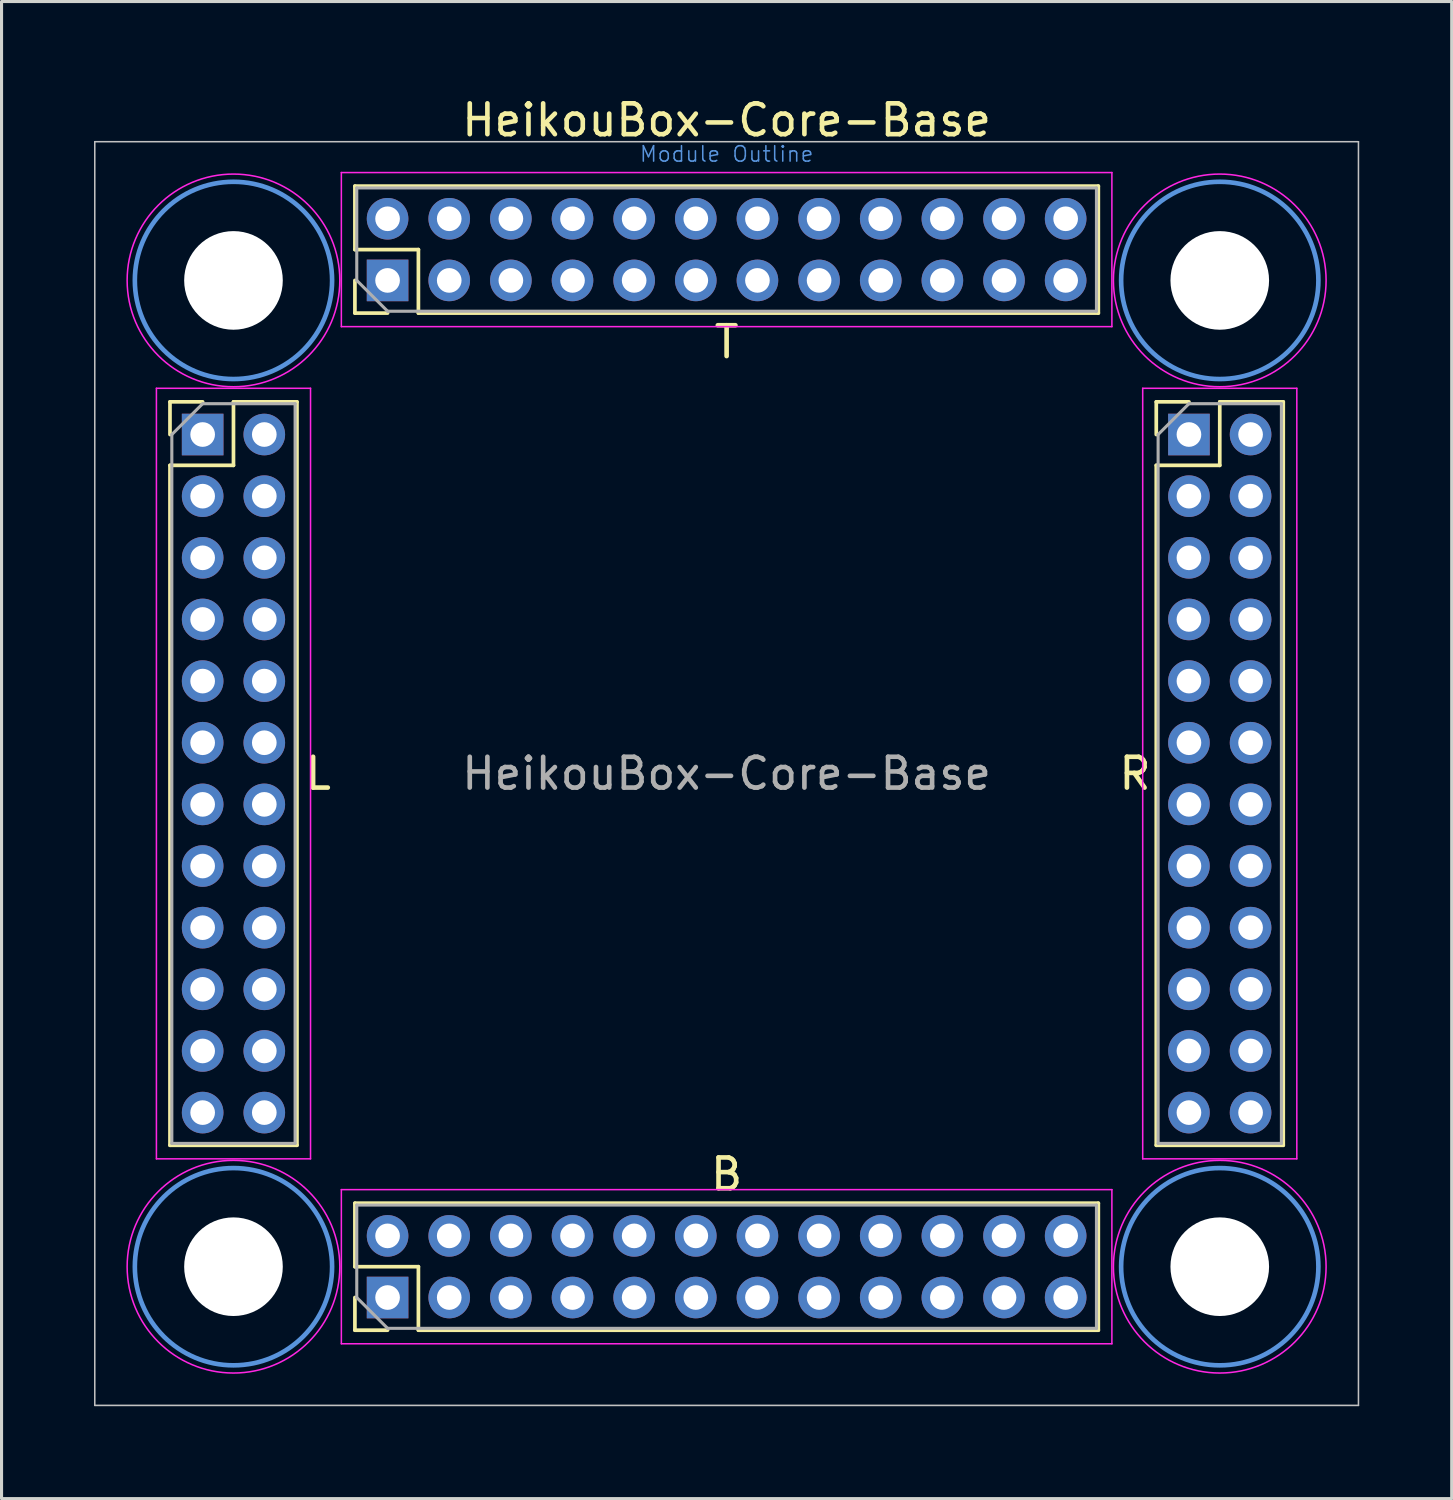
<source format=kicad_pcb>
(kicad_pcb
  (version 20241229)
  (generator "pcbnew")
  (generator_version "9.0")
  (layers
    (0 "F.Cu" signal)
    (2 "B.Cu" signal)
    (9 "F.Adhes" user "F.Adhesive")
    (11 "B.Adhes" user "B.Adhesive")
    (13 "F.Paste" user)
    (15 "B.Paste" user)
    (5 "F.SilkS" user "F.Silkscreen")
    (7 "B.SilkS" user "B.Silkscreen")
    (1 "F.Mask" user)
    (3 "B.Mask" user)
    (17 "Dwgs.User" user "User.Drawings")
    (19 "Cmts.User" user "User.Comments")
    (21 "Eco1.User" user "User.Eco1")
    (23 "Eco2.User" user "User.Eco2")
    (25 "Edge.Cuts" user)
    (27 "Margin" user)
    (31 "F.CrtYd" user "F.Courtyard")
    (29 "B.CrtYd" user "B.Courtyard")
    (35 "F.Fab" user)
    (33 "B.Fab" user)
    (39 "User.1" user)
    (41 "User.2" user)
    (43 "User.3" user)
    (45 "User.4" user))
  (footprint "HeikouBox-Core-Base"
    (layer "F.Cu")
    (at 20.525 22.048)
    (property "Reference" "HeikouBox-Core-Base" (at 0 -21.2 0) (layer "F.SilkS") (effects (font (size 1 1) (thickness 0.15))))
    (attr through_hole)
    (fp_line (start -18.06 -12.06) (end -17 -12.06) (stroke (width 0.12) (type solid)) (layer "F.SilkS"))
    (fp_line (start -18.06 -11) (end -18.06 -12.06) (stroke (width 0.12) (type solid)) (layer "F.SilkS"))
    (fp_line (start -18.06 -10) (end -18.06 12.06) (stroke (width 0.12) (type solid)) (layer "F.SilkS"))
    (fp_line (start -18.06 -10) (end -16 -10) (stroke (width 0.12) (type solid)) (layer "F.SilkS"))
    (fp_line (start -18.06 12.06) (end -13.94 12.06) (stroke (width 0.12) (type solid)) (layer "F.SilkS"))
    (fp_line (start -16 -12.06) (end -13.94 -12.06) (stroke (width 0.12) (type solid)) (layer "F.SilkS"))
    (fp_line (start -16 -10) (end -16 -12.06) (stroke (width 0.12) (type solid)) (layer "F.SilkS"))
    (fp_line (start -13.94 -12.06) (end -13.94 12.06) (stroke (width 0.12) (type solid)) (layer "F.SilkS"))
    (fp_line (start -12.06 -19.06) (end 12.06 -19.06) (stroke (width 0.12) (type solid)) (layer "F.SilkS"))
    (fp_line (start -12.06 -17) (end -12.06 -19.06) (stroke (width 0.12) (type solid)) (layer "F.SilkS"))
    (fp_line (start -12.06 -14.94) (end -12.06 -16) (stroke (width 0.12) (type solid)) (layer "F.SilkS"))
    (fp_line (start -12.06 13.94) (end 12.06 13.94) (stroke (width 0.12) (type solid)) (layer "F.SilkS"))
    (fp_line (start -12.06 16) (end -12.06 13.94) (stroke (width 0.12) (type solid)) (layer "F.SilkS"))
    (fp_line (start -12.06 18.06) (end -12.06 17) (stroke (width 0.12) (type solid)) (layer "F.SilkS"))
    (fp_line (start -11 -14.94) (end -12.06 -14.94) (stroke (width 0.12) (type solid)) (layer "F.SilkS"))
    (fp_line (start -11 18.06) (end -12.06 18.06) (stroke (width 0.12) (type solid)) (layer "F.SilkS"))
    (fp_line (start -10 -17) (end -12.06 -17) (stroke (width 0.12) (type solid)) (layer "F.SilkS"))
    (fp_line (start -10 -14.94) (end -10 -17) (stroke (width 0.12) (type solid)) (layer "F.SilkS"))
    (fp_line (start -10 -14.94) (end 12.06 -14.94) (stroke (width 0.12) (type solid)) (layer "F.SilkS"))
    (fp_line (start -10 16) (end -12.06 16) (stroke (width 0.12) (type solid)) (layer "F.SilkS"))
    (fp_line (start -10 18.06) (end -10 16) (stroke (width 0.12) (type solid)) (layer "F.SilkS"))
    (fp_line (start -10 18.06) (end 12.06 18.06) (stroke (width 0.12) (type solid)) (layer "F.SilkS"))
    (fp_line (start 12.06 -14.94) (end 12.06 -19.06) (stroke (width 0.12) (type solid)) (layer "F.SilkS"))
    (fp_line (start 12.06 18.06) (end 12.06 13.94) (stroke (width 0.12) (type solid)) (layer "F.SilkS"))
    (fp_line (start 13.94 -12.06) (end 15 -12.06) (stroke (width 0.12) (type solid)) (layer "F.SilkS"))
    (fp_line (start 13.94 -11) (end 13.94 -12.06) (stroke (width 0.12) (type solid)) (layer "F.SilkS"))
    (fp_line (start 13.94 -10) (end 13.94 12.06) (stroke (width 0.12) (type solid)) (layer "F.SilkS"))
    (fp_line (start 13.94 -10) (end 16 -10) (stroke (width 0.12) (type solid)) (layer "F.SilkS"))
    (fp_line (start 13.94 12.06) (end 18.06 12.06) (stroke (width 0.12) (type solid)) (layer "F.SilkS"))
    (fp_line (start 16 -12.06) (end 18.06 -12.06) (stroke (width 0.12) (type solid)) (layer "F.SilkS"))
    (fp_line (start 16 -10) (end 16 -12.06) (stroke (width 0.12) (type solid)) (layer "F.SilkS"))
    (fp_line (start 18.06 -12.06) (end 18.06 12.06) (stroke (width 0.12) (type solid)) (layer "F.SilkS"))
    (fp_line (start -20.5 -20.5) (end 20.5 -20.5) (stroke (width 0.05) (type solid)) (layer "Dwgs.User"))
    (fp_line (start -20.5 20.5) (end -20.5 -20.5) (stroke (width 0.05) (type solid)) (layer "Dwgs.User"))
    (fp_line (start 20.5 -20.5) (end 20.5 20.5) (stroke (width 0.05) (type solid)) (layer "Dwgs.User"))
    (fp_line (start 20.5 20.5) (end -20.5 20.5) (stroke (width 0.05) (type solid)) (layer "Dwgs.User"))
    (fp_circle (center -16 -16) (end -12.8 -16) (stroke (width 0.15) (type solid)) (fill no) (layer "Cmts.User"))
    (fp_circle (center -16 16) (end -12.8 16) (stroke (width 0.15) (type solid)) (fill no) (layer "Cmts.User"))
    (fp_circle (center 16 -16) (end 19.2 -16) (stroke (width 0.15) (type solid)) (fill no) (layer "Cmts.User"))
    (fp_circle (center 16 16) (end 19.2 16) (stroke (width 0.15) (type solid)) (fill no) (layer "Cmts.User"))
    (fp_line (start -18.5 -12.5) (end -18.5 12.5) (stroke (width 0.05) (type solid)) (layer "F.CrtYd"))
    (fp_line (start -18.5 12.5) (end -13.5 12.5) (stroke (width 0.05) (type solid)) (layer "F.CrtYd"))
    (fp_line (start -13.5 -12.5) (end -18.5 -12.5) (stroke (width 0.05) (type solid)) (layer "F.CrtYd"))
    (fp_line (start -13.5 12.5) (end -13.5 -12.5) (stroke (width 0.05) (type solid)) (layer "F.CrtYd"))
    (fp_line (start -12.5 -19.5) (end -12.5 -14.5) (stroke (width 0.05) (type solid)) (layer "F.CrtYd"))
    (fp_line (start -12.5 -14.5) (end 12.5 -14.5) (stroke (width 0.05) (type solid)) (layer "F.CrtYd"))
    (fp_line (start -12.5 13.5) (end -12.5 18.5) (stroke (width 0.05) (type solid)) (layer "F.CrtYd"))
    (fp_line (start -12.5 18.5) (end 12.5 18.5) (stroke (width 0.05) (type solid)) (layer "F.CrtYd"))
    (fp_line (start 12.5 -19.5) (end -12.5 -19.5) (stroke (width 0.05) (type solid)) (layer "F.CrtYd"))
    (fp_line (start 12.5 -14.5) (end 12.5 -19.5) (stroke (width 0.05) (type solid)) (layer "F.CrtYd"))
    (fp_line (start 12.5 13.5) (end -12.5 13.5) (stroke (width 0.05) (type solid)) (layer "F.CrtYd"))
    (fp_line (start 12.5 18.5) (end 12.5 13.5) (stroke (width 0.05) (type solid)) (layer "F.CrtYd"))
    (fp_line (start 13.5 -12.5) (end 13.5 12.5) (stroke (width 0.05) (type solid)) (layer "F.CrtYd"))
    (fp_line (start 13.5 12.5) (end 18.5 12.5) (stroke (width 0.05) (type solid)) (layer "F.CrtYd"))
    (fp_line (start 18.5 -12.5) (end 13.5 -12.5) (stroke (width 0.05) (type solid)) (layer "F.CrtYd"))
    (fp_line (start 18.5 12.5) (end 18.5 -12.5) (stroke (width 0.05) (type solid)) (layer "F.CrtYd"))
    (fp_circle (center -16 -16) (end -12.55 -16) (stroke (width 0.05) (type solid)) (fill no) (layer "F.CrtYd"))
    (fp_circle (center -16 16) (end -12.55 16) (stroke (width 0.05) (type solid)) (fill no) (layer "F.CrtYd"))
    (fp_circle (center 16 -16) (end 19.45 -16) (stroke (width 0.05) (type solid)) (fill no) (layer "F.CrtYd"))
    (fp_circle (center 16 16) (end 19.45 16) (stroke (width 0.05) (type solid)) (fill no) (layer "F.CrtYd"))
    (fp_line (start -18 -11) (end -17 -12) (stroke (width 0.1) (type solid)) (layer "F.Fab"))
    (fp_line (start -18 12) (end -18 -11) (stroke (width 0.1) (type solid)) (layer "F.Fab"))
    (fp_line (start -17 -12) (end -14 -12) (stroke (width 0.1) (type solid)) (layer "F.Fab"))
    (fp_line (start -14 -12) (end -14 12) (stroke (width 0.1) (type solid)) (layer "F.Fab"))
    (fp_line (start -14 12) (end -18 12) (stroke (width 0.1) (type solid)) (layer "F.Fab"))
    (fp_line (start -12 -19) (end 12 -19) (stroke (width 0.1) (type solid)) (layer "F.Fab"))
    (fp_line (start -12 -16) (end -12 -19) (stroke (width 0.1) (type solid)) (layer "F.Fab"))
    (fp_line (start -12 14) (end 12 14) (stroke (width 0.1) (type solid)) (layer "F.Fab"))
    (fp_line (start -12 17) (end -12 14) (stroke (width 0.1) (type solid)) (layer "F.Fab"))
    (fp_line (start -11 -15) (end -12 -16) (stroke (width 0.1) (type solid)) (layer "F.Fab"))
    (fp_line (start -11 18) (end -12 17) (stroke (width 0.1) (type solid)) (layer "F.Fab"))
    (fp_line (start 12 -19) (end 12 -15) (stroke (width 0.1) (type solid)) (layer "F.Fab"))
    (fp_line (start 12 -15) (end -11 -15) (stroke (width 0.1) (type solid)) (layer "F.Fab"))
    (fp_line (start 12 14) (end 12 18) (stroke (width 0.1) (type solid)) (layer "F.Fab"))
    (fp_line (start 12 18) (end -11 18) (stroke (width 0.1) (type solid)) (layer "F.Fab"))
    (fp_line (start 14 -11) (end 15 -12) (stroke (width 0.1) (type solid)) (layer "F.Fab"))
    (fp_line (start 14 12) (end 14 -11) (stroke (width 0.1) (type solid)) (layer "F.Fab"))
    (fp_line (start 15 -12) (end 18 -12) (stroke (width 0.1) (type solid)) (layer "F.Fab"))
    (fp_line (start 18 -12) (end 18 12) (stroke (width 0.1) (type solid)) (layer "F.Fab"))
    (fp_line (start 18 12) (end 14 12) (stroke (width 0.1) (type solid)) (layer "F.Fab"))
    (fp_text user "T" (at 0 -14 0) (layer "F.SilkS") (effects (font (size 1 1) (thickness 0.15))))
    (fp_text user "B" (at 0 13 0) (layer "F.SilkS") (effects (font (size 1 1) (thickness 0.15))))
    (fp_text user "R" (at 13.25 0 0) (layer "F.SilkS") (effects (font (size 1 1) (thickness 0.15))))
    (fp_text user "L" (at -13.25 0 0) (layer "F.SilkS") (effects (font (size 1 1) (thickness 0.15))))
    (fp_text user "Module Outline" (at 0 -20.1 0) (layer "Cmts.User") (effects (font (size 0.5 0.5) (thickness 0.05))))
    (fp_text user "${REFERENCE}" (at 0 0 0) (layer "F.Fab") (effects (font (size 1 1) (thickness 0.15))))
    (pad "" np_thru_hole circle (at -16 -16) (size 3.2 3.2) (drill 3.2) (layers "*.Cu" "*.Mask"))
    (pad "" np_thru_hole circle (at -16 16) (size 3.2 3.2) (drill 3.2) (layers "*.Cu" "*.Mask"))
    (pad "" np_thru_hole circle (at 16 -16) (size 3.2 3.2) (drill 3.2) (layers "*.Cu" "*.Mask"))
    (pad "" np_thru_hole circle (at 16 16) (size 3.2 3.2) (drill 3.2) (layers "*.Cu" "*.Mask"))
    (pad "1" thru_hole rect (at -17 -11) (size 1.35 1.35) (drill 0.8) (layers "*.Cu" "*.Mask"))
    (pad "2" thru_hole oval (at -15 -11) (size 1.35 1.35) (drill 0.8) (layers "*.Cu" "*.Mask"))
    (pad "3" thru_hole oval (at -17 -9) (size 1.35 1.35) (drill 0.8) (layers "*.Cu" "*.Mask"))
    (pad "4" thru_hole oval (at -15 -9) (size 1.35 1.35) (drill 0.8) (layers "*.Cu" "*.Mask"))
    (pad "5" thru_hole oval (at -17 -7) (size 1.35 1.35) (drill 0.8) (layers "*.Cu" "*.Mask"))
    (pad "6" thru_hole oval (at -15 -7) (size 1.35 1.35) (drill 0.8) (layers "*.Cu" "*.Mask"))
    (pad "7" thru_hole oval (at -17 -5) (size 1.35 1.35) (drill 0.8) (layers "*.Cu" "*.Mask"))
    (pad "8" thru_hole oval (at -15 -5) (size 1.35 1.35) (drill 0.8) (layers "*.Cu" "*.Mask"))
    (pad "9" thru_hole oval (at -17 -3) (size 1.35 1.35) (drill 0.8) (layers "*.Cu" "*.Mask"))
    (pad "10" thru_hole oval (at -15 -3) (size 1.35 1.35) (drill 0.8) (layers "*.Cu" "*.Mask"))
    (pad "11" thru_hole oval (at -17 -1) (size 1.35 1.35) (drill 0.8) (layers "*.Cu" "*.Mask"))
    (pad "12" thru_hole oval (at -15 -1) (size 1.35 1.35) (drill 0.8) (layers "*.Cu" "*.Mask"))
    (pad "13" thru_hole oval (at -17 1) (size 1.35 1.35) (drill 0.8) (layers "*.Cu" "*.Mask"))
    (pad "14" thru_hole oval (at -15 1) (size 1.35 1.35) (drill 0.8) (layers "*.Cu" "*.Mask"))
    (pad "15" thru_hole oval (at -17 3) (size 1.35 1.35) (drill 0.8) (layers "*.Cu" "*.Mask"))
    (pad "16" thru_hole oval (at -15 3) (size 1.35 1.35) (drill 0.8) (layers "*.Cu" "*.Mask"))
    (pad "17" thru_hole oval (at -17 5) (size 1.35 1.35) (drill 0.8) (layers "*.Cu" "*.Mask"))
    (pad "18" thru_hole oval (at -15 5) (size 1.35 1.35) (drill 0.8) (layers "*.Cu" "*.Mask"))
    (pad "19" thru_hole oval (at -17 7) (size 1.35 1.35) (drill 0.8) (layers "*.Cu" "*.Mask"))
    (pad "20" thru_hole oval (at -15 7) (size 1.35 1.35) (drill 0.8) (layers "*.Cu" "*.Mask"))
    (pad "21" thru_hole oval (at -17 9) (size 1.35 1.35) (drill 0.8) (layers "*.Cu" "*.Mask"))
    (pad "22" thru_hole oval (at -15 9) (size 1.35 1.35) (drill 0.8) (layers "*.Cu" "*.Mask"))
    (pad "23" thru_hole oval (at -17 11) (size 1.35 1.35) (drill 0.8) (layers "*.Cu" "*.Mask"))
    (pad "24" thru_hole oval (at -15 11) (size 1.35 1.35) (drill 0.8) (layers "*.Cu" "*.Mask"))
    (pad "25" thru_hole rect (at -11 17 90) (size 1.35 1.35) (drill 0.8) (layers "*.Cu" "*.Mask"))
    (pad "26" thru_hole oval (at -11 15 90) (size 1.35 1.35) (drill 0.8) (layers "*.Cu" "*.Mask"))
    (pad "27" thru_hole oval (at -9 17 90) (size 1.35 1.35) (drill 0.8) (layers "*.Cu" "*.Mask"))
    (pad "28" thru_hole oval (at -9 15 90) (size 1.35 1.35) (drill 0.8) (layers "*.Cu" "*.Mask"))
    (pad "29" thru_hole oval (at -7 17 90) (size 1.35 1.35) (drill 0.8) (layers "*.Cu" "*.Mask"))
    (pad "30" thru_hole oval (at -7 15 90) (size 1.35 1.35) (drill 0.8) (layers "*.Cu" "*.Mask"))
    (pad "31" thru_hole oval (at -5 17 90) (size 1.35 1.35) (drill 0.8) (layers "*.Cu" "*.Mask"))
    (pad "32" thru_hole oval (at -5 15 90) (size 1.35 1.35) (drill 0.8) (layers "*.Cu" "*.Mask"))
    (pad "33" thru_hole oval (at -3 17 90) (size 1.35 1.35) (drill 0.8) (layers "*.Cu" "*.Mask"))
    (pad "34" thru_hole oval (at -3 15 90) (size 1.35 1.35) (drill 0.8) (layers "*.Cu" "*.Mask"))
    (pad "35" thru_hole oval (at -1 17 90) (size 1.35 1.35) (drill 0.8) (layers "*.Cu" "*.Mask"))
    (pad "36" thru_hole oval (at -1 15 90) (size 1.35 1.35) (drill 0.8) (layers "*.Cu" "*.Mask"))
    (pad "37" thru_hole oval (at 1 17 90) (size 1.35 1.35) (drill 0.8) (layers "*.Cu" "*.Mask"))
    (pad "38" thru_hole oval (at 1 15 90) (size 1.35 1.35) (drill 0.8) (layers "*.Cu" "*.Mask"))
    (pad "39" thru_hole oval (at 3 17 90) (size 1.35 1.35) (drill 0.8) (layers "*.Cu" "*.Mask"))
    (pad "40" thru_hole oval (at 3 15 90) (size 1.35 1.35) (drill 0.8) (layers "*.Cu" "*.Mask"))
    (pad "41" thru_hole oval (at 5 17 90) (size 1.35 1.35) (drill 0.8) (layers "*.Cu" "*.Mask"))
    (pad "42" thru_hole oval (at 5 15 90) (size 1.35 1.35) (drill 0.8) (layers "*.Cu" "*.Mask"))
    (pad "43" thru_hole oval (at 7 17 90) (size 1.35 1.35) (drill 0.8) (layers "*.Cu" "*.Mask"))
    (pad "44" thru_hole oval (at 7 15 90) (size 1.35 1.35) (drill 0.8) (layers "*.Cu" "*.Mask"))
    (pad "45" thru_hole oval (at 9 17 90) (size 1.35 1.35) (drill 0.8) (layers "*.Cu" "*.Mask"))
    (pad "46" thru_hole oval (at 9 15 90) (size 1.35 1.35) (drill 0.8) (layers "*.Cu" "*.Mask"))
    (pad "47" thru_hole oval (at 11 17 90) (size 1.35 1.35) (drill 0.8) (layers "*.Cu" "*.Mask"))
    (pad "48" thru_hole oval (at 11 15 90) (size 1.35 1.35) (drill 0.8) (layers "*.Cu" "*.Mask"))
    (pad "49" thru_hole rect (at 15 -11) (size 1.35 1.35) (drill 0.8) (layers "*.Cu" "*.Mask"))
    (pad "50" thru_hole oval (at 17 -11) (size 1.35 1.35) (drill 0.8) (layers "*.Cu" "*.Mask"))
    (pad "51" thru_hole oval (at 15 -9) (size 1.35 1.35) (drill 0.8) (layers "*.Cu" "*.Mask"))
    (pad "52" thru_hole oval (at 17 -9) (size 1.35 1.35) (drill 0.8) (layers "*.Cu" "*.Mask"))
    (pad "53" thru_hole oval (at 15 -7) (size 1.35 1.35) (drill 0.8) (layers "*.Cu" "*.Mask"))
    (pad "54" thru_hole oval (at 17 -7) (size 1.35 1.35) (drill 0.8) (layers "*.Cu" "*.Mask"))
    (pad "55" thru_hole oval (at 15 -5) (size 1.35 1.35) (drill 0.8) (layers "*.Cu" "*.Mask"))
    (pad "56" thru_hole oval (at 17 -5) (size 1.35 1.35) (drill 0.8) (layers "*.Cu" "*.Mask"))
    (pad "57" thru_hole oval (at 15 -3) (size 1.35 1.35) (drill 0.8) (layers "*.Cu" "*.Mask"))
    (pad "58" thru_hole oval (at 17 -3) (size 1.35 1.35) (drill 0.8) (layers "*.Cu" "*.Mask"))
    (pad "59" thru_hole oval (at 15 -1) (size 1.35 1.35) (drill 0.8) (layers "*.Cu" "*.Mask"))
    (pad "60" thru_hole oval (at 17 -1) (size 1.35 1.35) (drill 0.8) (layers "*.Cu" "*.Mask"))
    (pad "61" thru_hole oval (at 15 1) (size 1.35 1.35) (drill 0.8) (layers "*.Cu" "*.Mask"))
    (pad "62" thru_hole oval (at 17 1) (size 1.35 1.35) (drill 0.8) (layers "*.Cu" "*.Mask"))
    (pad "63" thru_hole oval (at 15 3) (size 1.35 1.35) (drill 0.8) (layers "*.Cu" "*.Mask"))
    (pad "64" thru_hole oval (at 17 3) (size 1.35 1.35) (drill 0.8) (layers "*.Cu" "*.Mask"))
    (pad "65" thru_hole oval (at 15 5) (size 1.35 1.35) (drill 0.8) (layers "*.Cu" "*.Mask"))
    (pad "66" thru_hole oval (at 17 5) (size 1.35 1.35) (drill 0.8) (layers "*.Cu" "*.Mask"))
    (pad "67" thru_hole oval (at 15 7) (size 1.35 1.35) (drill 0.8) (layers "*.Cu" "*.Mask"))
    (pad "68" thru_hole oval (at 17 7) (size 1.35 1.35) (drill 0.8) (layers "*.Cu" "*.Mask"))
    (pad "69" thru_hole oval (at 15 9) (size 1.35 1.35) (drill 0.8) (layers "*.Cu" "*.Mask"))
    (pad "70" thru_hole oval (at 17 9) (size 1.35 1.35) (drill 0.8) (layers "*.Cu" "*.Mask"))
    (pad "71" thru_hole oval (at 15 11) (size 1.35 1.35) (drill 0.8) (layers "*.Cu" "*.Mask"))
    (pad "72" thru_hole oval (at 17 11) (size 1.35 1.35) (drill 0.8) (layers "*.Cu" "*.Mask"))
    (pad "73" thru_hole rect (at -11 -16 90) (size 1.35 1.35) (drill 0.8) (layers "*.Cu" "*.Mask"))
    (pad "74" thru_hole oval (at -11 -18 90) (size 1.35 1.35) (drill 0.8) (layers "*.Cu" "*.Mask"))
    (pad "75" thru_hole oval (at -9 -16 90) (size 1.35 1.35) (drill 0.8) (layers "*.Cu" "*.Mask"))
    (pad "76" thru_hole oval (at -9 -18 90) (size 1.35 1.35) (drill 0.8) (layers "*.Cu" "*.Mask"))
    (pad "77" thru_hole oval (at -7 -16 90) (size 1.35 1.35) (drill 0.8) (layers "*.Cu" "*.Mask"))
    (pad "78" thru_hole oval (at -7 -18 90) (size 1.35 1.35) (drill 0.8) (layers "*.Cu" "*.Mask"))
    (pad "79" thru_hole oval (at -5 -16 90) (size 1.35 1.35) (drill 0.8) (layers "*.Cu" "*.Mask"))
    (pad "80" thru_hole oval (at -5 -18 90) (size 1.35 1.35) (drill 0.8) (layers "*.Cu" "*.Mask"))
    (pad "81" thru_hole oval (at -3 -16 90) (size 1.35 1.35) (drill 0.8) (layers "*.Cu" "*.Mask"))
    (pad "82" thru_hole oval (at -3 -18 90) (size 1.35 1.35) (drill 0.8) (layers "*.Cu" "*.Mask"))
    (pad "83" thru_hole oval (at -1 -16 90) (size 1.35 1.35) (drill 0.8) (layers "*.Cu" "*.Mask"))
    (pad "84" thru_hole oval (at -1 -18 90) (size 1.35 1.35) (drill 0.8) (layers "*.Cu" "*.Mask"))
    (pad "85" thru_hole oval (at 1 -16 90) (size 1.35 1.35) (drill 0.8) (layers "*.Cu" "*.Mask"))
    (pad "86" thru_hole oval (at 1 -18 90) (size 1.35 1.35) (drill 0.8) (layers "*.Cu" "*.Mask"))
    (pad "87" thru_hole oval (at 3 -16 90) (size 1.35 1.35) (drill 0.8) (layers "*.Cu" "*.Mask"))
    (pad "88" thru_hole oval (at 3 -18 90) (size 1.35 1.35) (drill 0.8) (layers "*.Cu" "*.Mask"))
    (pad "89" thru_hole oval (at 5 -16 90) (size 1.35 1.35) (drill 0.8) (layers "*.Cu" "*.Mask"))
    (pad "90" thru_hole oval (at 5 -18 90) (size 1.35 1.35) (drill 0.8) (layers "*.Cu" "*.Mask"))
    (pad "91" thru_hole oval (at 7 -16 90) (size 1.35 1.35) (drill 0.8) (layers "*.Cu" "*.Mask"))
    (pad "92" thru_hole oval (at 7 -18 90) (size 1.35 1.35) (drill 0.8) (layers "*.Cu" "*.Mask"))
    (pad "93" thru_hole oval (at 9 -16 90) (size 1.35 1.35) (drill 0.8) (layers "*.Cu" "*.Mask"))
    (pad "94" thru_hole oval (at 9 -18 90) (size 1.35 1.35) (drill 0.8) (layers "*.Cu" "*.Mask"))
    (pad "95" thru_hole oval (at 11 -16 90) (size 1.35 1.35) (drill 0.8) (layers "*.Cu" "*.Mask"))
    (pad "96" thru_hole oval (at 11 -18 90) (size 1.35 1.35) (drill 0.8) (layers "*.Cu" "*.Mask")))
  (gr_rect
    (start -3 -3)
    (end 44.05 45.573)
    (stroke (width 0.1) (type default))
    (fill no)
    (layer "Edge.Cuts")))
</source>
